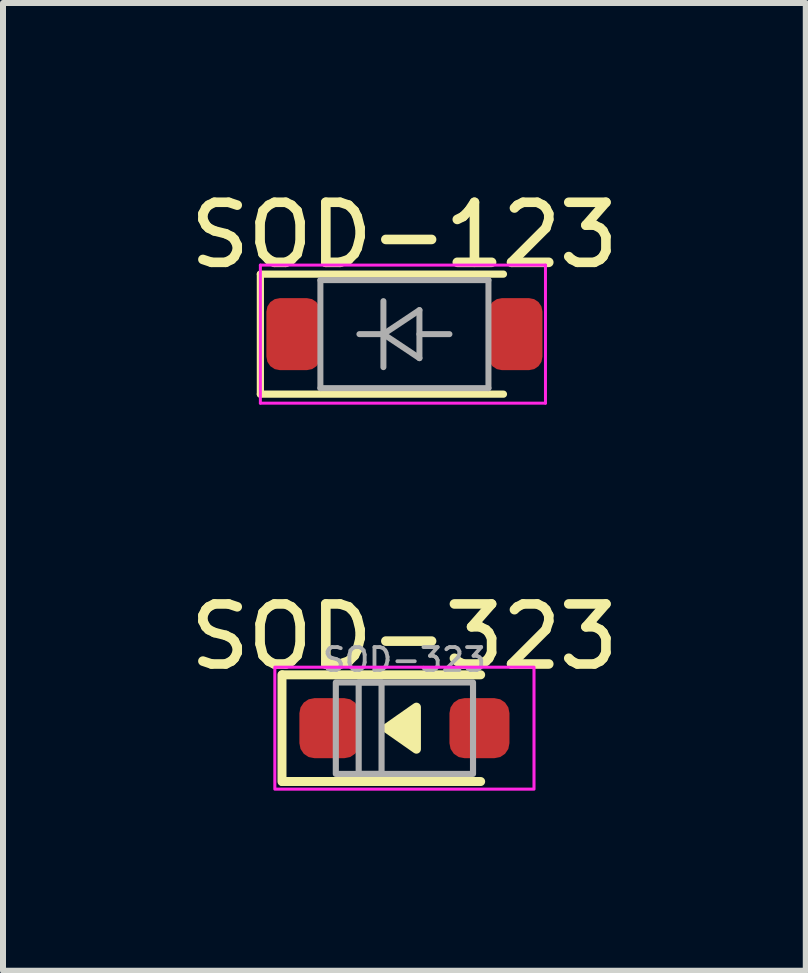
<source format=kicad_pcb>
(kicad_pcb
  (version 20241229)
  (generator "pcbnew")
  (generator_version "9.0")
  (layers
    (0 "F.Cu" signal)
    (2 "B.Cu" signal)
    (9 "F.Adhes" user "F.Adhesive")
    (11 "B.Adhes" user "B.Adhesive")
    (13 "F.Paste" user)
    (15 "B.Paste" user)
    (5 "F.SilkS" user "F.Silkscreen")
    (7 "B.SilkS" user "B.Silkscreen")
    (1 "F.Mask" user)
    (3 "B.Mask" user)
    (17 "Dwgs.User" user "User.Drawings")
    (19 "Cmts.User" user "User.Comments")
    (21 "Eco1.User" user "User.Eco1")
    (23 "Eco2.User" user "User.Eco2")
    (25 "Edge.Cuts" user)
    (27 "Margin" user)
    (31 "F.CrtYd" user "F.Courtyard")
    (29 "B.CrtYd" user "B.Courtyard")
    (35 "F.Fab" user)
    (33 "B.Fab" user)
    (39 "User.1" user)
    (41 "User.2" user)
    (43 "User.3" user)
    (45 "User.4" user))
  (footprint "SOD-323"
    (layer "F.Cu")
    (at 3.688 9.082)
    (property "Reference" "SOD-323" (at 0 -1.524 0) (layer "F.SilkS") (effects (font (size 1 1) (thickness 0.16))))
    (attr smd)
    (fp_line (start -2.04 -0.889) (end -2.04 0.889) (stroke (width 0.15) (type solid)) (layer "F.SilkS"))
    (fp_line (start -2.032 -0.889) (end 1.27 -0.889) (stroke (width 0.15) (type solid)) (layer "F.SilkS"))
    (fp_line (start -2.032 0.889) (end 1.27 0.889) (stroke (width 0.15) (type solid)) (layer "F.SilkS"))
    (fp_poly (pts (xy 0.2 0.35) (xy -0.3 0) (xy -0.3 0.35) (xy -0.3 -0.35) (xy -0.3 0) (xy 0.2 -0.35)) (stroke (width 0.15) (type solid)) (fill yes) (layer "F.SilkS"))
    (fp_rect (start -2.159 -1.016) (end 2.159 1.016) (stroke (width 0.051) (type default)) (fill no) (layer "F.CrtYd"))
    (fp_rect (start -1.143 -0.762) (end 1.143 0.762) (stroke (width 0.102) (type default)) (fill no) (layer "F.Fab"))
    (fp_rect (start -0.762 -0.762) (end -0.381 0.762) (stroke (width 0.102) (type solid)) (fill no) (layer "F.Fab"))
    (fp_text user "${REFERENCE}" (at 0 -1.143 0) (unlocked yes) (layer "F.Fab") (effects (font (size 0.381 0.381) (thickness 0.064) (bold yes))))
    (pad "1" smd roundrect (at -1.25 0) (size 1 1) (layers "F.Cu" "F.Mask" "F.Paste") (roundrect_rratio 0.25))
    (pad "2" smd roundrect (at 1.25 0) (size 1 1) (layers "F.Cu" "F.Mask" "F.Paste") (roundrect_rratio 0.25)))
  (footprint "SOD-123"
    (layer "F.Cu")
    (at 3.688 2.517)
    (property "Reference" "SOD-123" (at 0 -1.651 0) (layer "F.SilkS") (effects (font (size 1 1) (thickness 0.16))))
    (attr smd)
    (fp_line (start -2.4 -1) (end -2.4 1) (stroke (width 0.12) (type solid)) (layer "F.SilkS"))
    (fp_line (start -2.4 -1) (end 1.65 -1) (stroke (width 0.12) (type solid)) (layer "F.SilkS"))
    (fp_line (start -2.4 1) (end 1.65 1) (stroke (width 0.12) (type solid)) (layer "F.SilkS"))
    (fp_line (start -2.4 -1.15) (end -2.4 1.15) (stroke (width 0.05) (type solid)) (layer "F.CrtYd"))
    (fp_line (start -2.4 -1.15) (end 2.35 -1.15) (stroke (width 0.05) (type solid)) (layer "F.CrtYd"))
    (fp_line (start 2.35 -1.15) (end 2.35 1.15) (stroke (width 0.05) (type solid)) (layer "F.CrtYd"))
    (fp_line (start 2.35 1.15) (end -2.4 1.15) (stroke (width 0.05) (type solid)) (layer "F.CrtYd"))
    (fp_line (start -1.4 -0.9) (end 1.4 -0.9) (stroke (width 0.1) (type solid)) (layer "F.Fab"))
    (fp_line (start -1.4 0.9) (end -1.4 -0.9) (stroke (width 0.1) (type solid)) (layer "F.Fab"))
    (fp_line (start -0.75 0) (end -0.35 0) (stroke (width 0.1) (type solid)) (layer "F.Fab"))
    (fp_line (start -0.35 0) (end -0.35 -0.55) (stroke (width 0.1) (type solid)) (layer "F.Fab"))
    (fp_line (start -0.35 0) (end -0.35 0.55) (stroke (width 0.1) (type solid)) (layer "F.Fab"))
    (fp_line (start -0.35 0) (end 0.25 -0.4) (stroke (width 0.1) (type solid)) (layer "F.Fab"))
    (fp_line (start 0.25 -0.4) (end 0.25 0.4) (stroke (width 0.1) (type solid)) (layer "F.Fab"))
    (fp_line (start 0.25 0) (end 0.75 0) (stroke (width 0.1) (type solid)) (layer "F.Fab"))
    (fp_line (start 0.25 0.4) (end -0.35 0) (stroke (width 0.1) (type solid)) (layer "F.Fab"))
    (fp_line (start 1.4 -0.9) (end 1.4 0.9) (stroke (width 0.1) (type solid)) (layer "F.Fab"))
    (fp_line (start 1.4 0.9) (end -1.4 0.9) (stroke (width 0.1) (type solid)) (layer "F.Fab"))
    (pad "1" smd roundrect (at -1.85 0) (size 0.9 1.2) (layers "F.Cu" "F.Mask" "F.Paste") (roundrect_rratio 0.25))
    (pad "2" smd roundrect (at 1.85 0) (size 0.9 1.2) (layers "F.Cu" "F.Mask" "F.Paste") (roundrect_rratio 0.25)))
  (gr_rect
    (start -3 -3)
    (end 10.375 13.123)
    (stroke (width 0.1) (type default))
    (fill no)
    (layer "Edge.Cuts")))
</source>
